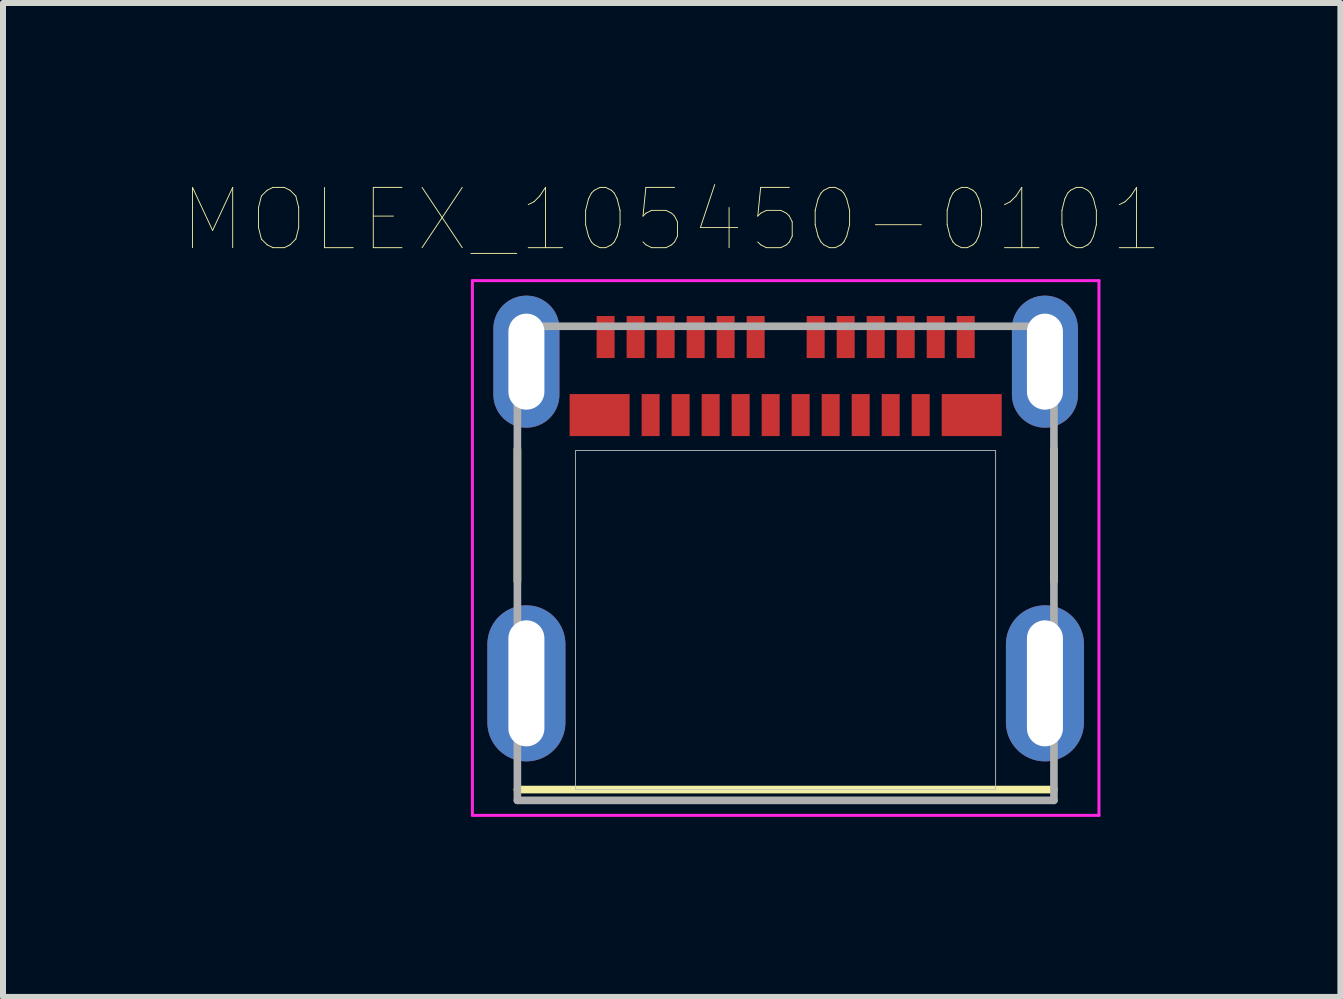
<source format=kicad_pcb>
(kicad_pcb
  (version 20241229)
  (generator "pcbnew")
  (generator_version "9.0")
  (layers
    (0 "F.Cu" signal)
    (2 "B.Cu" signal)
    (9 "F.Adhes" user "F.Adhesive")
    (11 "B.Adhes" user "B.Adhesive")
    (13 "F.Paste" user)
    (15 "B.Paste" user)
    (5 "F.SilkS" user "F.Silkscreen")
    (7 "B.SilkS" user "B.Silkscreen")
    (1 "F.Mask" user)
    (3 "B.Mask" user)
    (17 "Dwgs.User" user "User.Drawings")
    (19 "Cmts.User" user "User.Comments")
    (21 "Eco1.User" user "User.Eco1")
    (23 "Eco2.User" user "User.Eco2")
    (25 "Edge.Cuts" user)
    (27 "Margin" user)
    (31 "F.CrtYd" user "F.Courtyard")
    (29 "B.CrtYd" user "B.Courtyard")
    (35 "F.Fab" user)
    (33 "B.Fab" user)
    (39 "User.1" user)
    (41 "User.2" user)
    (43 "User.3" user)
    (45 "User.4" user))
  (footprint "MOLEX_105450-0101"
    (layer "F.Cu")
    (at 10.041 6.336)
    (property "Reference" "MOLEX_105450-0101" (at -1.899 -5.723 0) (layer "F.SilkS") (effects (font (size 1.004 1.004) (thickness 0.015))))
    (attr through_hole)
    (fp_line (start -4.47 0.3) (end -4.47 -1.9) (stroke (width 0.127) (type solid)) (layer "F.SilkS"))
    (fp_line (start -4.47 3.77) (end 4.47 3.77) (stroke (width 0.127) (type solid)) (layer "F.SilkS"))
    (fp_line (start 4.47 0.3) (end 4.47 -1.9) (stroke (width 0.127) (type solid)) (layer "F.SilkS"))
    (fp_poly (pts (xy -3.502 -1.88) (xy 3.5 -1.88) (xy 3.5 3.773) (xy -3.502 3.773)) (stroke (width 0.01) (type solid)) (fill no) (layer "Dwgs.User"))
    (fp_poly (pts (xy -3.501 -1.88) (xy 3.5 -1.88) (xy 3.5 3.771) (xy -3.501 3.771)) (stroke (width 0.01) (type solid)) (fill no) (layer "Dwgs.User"))
    (fp_line (start -5.22 -4.71) (end 5.22 -4.71) (stroke (width 0.05) (type solid)) (layer "F.CrtYd"))
    (fp_line (start -5.22 4.2) (end -5.22 -4.71) (stroke (width 0.05) (type solid)) (layer "F.CrtYd"))
    (fp_line (start 5.22 -4.71) (end 5.22 4.2) (stroke (width 0.05) (type solid)) (layer "F.CrtYd"))
    (fp_line (start 5.22 4.2) (end -5.22 4.2) (stroke (width 0.05) (type solid)) (layer "F.CrtYd"))
    (fp_line (start -4.47 -3.95) (end -4.47 3.95) (stroke (width 0.127) (type solid)) (layer "F.Fab"))
    (fp_line (start -4.47 3.95) (end 4.47 3.95) (stroke (width 0.127) (type solid)) (layer "F.Fab"))
    (fp_line (start 4.47 -3.95) (end -4.47 -3.95) (stroke (width 0.127) (type solid)) (layer "F.Fab"))
    (fp_line (start 4.47 3.95) (end 4.47 -3.95) (stroke (width 0.127) (type solid)) (layer "F.Fab"))
    (pad "A1" smd rect (at -3 -3.77) (size 0.3 0.7) (layers "F.Cu" "F.Mask" "F.Paste"))
    (pad "A2" smd rect (at -2.5 -3.77) (size 0.3 0.7) (layers "F.Cu" "F.Mask" "F.Paste"))
    (pad "A3" smd rect (at -2 -3.77) (size 0.3 0.7) (layers "F.Cu" "F.Mask" "F.Paste"))
    (pad "A4" smd rect (at -1.5 -3.77) (size 0.3 0.7) (layers "F.Cu" "F.Mask" "F.Paste"))
    (pad "A5" smd rect (at -1 -3.77) (size 0.3 0.7) (layers "F.Cu" "F.Mask" "F.Paste"))
    (pad "A6" smd rect (at -0.5 -3.77) (size 0.3 0.7) (layers "F.Cu" "F.Mask" "F.Paste"))
    (pad "A7" smd rect (at 0.5 -3.77) (size 0.3 0.7) (layers "F.Cu" "F.Mask" "F.Paste"))
    (pad "A8" smd rect (at 1 -3.77) (size 0.3 0.7) (layers "F.Cu" "F.Mask" "F.Paste"))
    (pad "A9" smd rect (at 1.5 -3.77) (size 0.3 0.7) (layers "F.Cu" "F.Mask" "F.Paste"))
    (pad "A10" smd rect (at 2 -3.77) (size 0.3 0.7) (layers "F.Cu" "F.Mask" "F.Paste"))
    (pad "A11" smd rect (at 2.5 -3.77) (size 0.3 0.7) (layers "F.Cu" "F.Mask" "F.Paste"))
    (pad "A12" smd rect (at 3 -3.77) (size 0.3 0.7) (layers "F.Cu" "F.Mask" "F.Paste"))
    (pad "B1" smd rect (at 3.1 -2.47) (size 1 0.7) (layers "F.Cu" "F.Mask" "F.Paste"))
    (pad "B2" smd rect (at 2.25 -2.47) (size 0.3 0.7) (layers "F.Cu" "F.Mask" "F.Paste"))
    (pad "B3" smd rect (at 1.75 -2.47) (size 0.3 0.7) (layers "F.Cu" "F.Mask" "F.Paste"))
    (pad "B4" smd rect (at 1.25 -2.47) (size 0.3 0.7) (layers "F.Cu" "F.Mask" "F.Paste"))
    (pad "B5" smd rect (at 0.75 -2.47) (size 0.3 0.7) (layers "F.Cu" "F.Mask" "F.Paste"))
    (pad "B6" smd rect (at 0.25 -2.47) (size 0.3 0.7) (layers "F.Cu" "F.Mask" "F.Paste"))
    (pad "B7" smd rect (at -0.25 -2.47) (size 0.3 0.7) (layers "F.Cu" "F.Mask" "F.Paste"))
    (pad "B8" smd rect (at -0.75 -2.47) (size 0.3 0.7) (layers "F.Cu" "F.Mask" "F.Paste"))
    (pad "B9" smd rect (at -1.25 -2.47) (size 0.3 0.7) (layers "F.Cu" "F.Mask" "F.Paste"))
    (pad "B10" smd rect (at -1.75 -2.47) (size 0.3 0.7) (layers "F.Cu" "F.Mask" "F.Paste"))
    (pad "B11" smd rect (at -2.25 -2.47) (size 0.3 0.7) (layers "F.Cu" "F.Mask" "F.Paste"))
    (pad "B12" smd rect (at -3.1 -2.47) (size 1 0.7) (layers "F.Cu" "F.Mask" "F.Paste"))
    (pad "S1" thru_hole oval (at -4.32 -3.36) (size 1.1 2.2) (drill oval 0.6 1.6) (layers "*.Cu" "*.Mask"))
    (pad "S2" thru_hole oval (at 4.32 -3.36) (size 1.1 2.2) (drill oval 0.6 1.6) (layers "*.Cu" "*.Mask"))
    (pad "S3" thru_hole oval (at -4.32 2) (size 1.3 2.6) (drill oval 0.6 2.1) (layers "*.Cu" "*.Mask"))
    (pad "S4" thru_hole oval (at 4.32 2) (size 1.3 2.6) (drill oval 0.6 2.1) (layers "*.Cu" "*.Mask")))
  (gr_rect
    (start -3 -3)
    (end 19.284 13.561)
    (stroke (width 0.1) (type default))
    (fill no)
    (layer "Edge.Cuts")))
</source>
